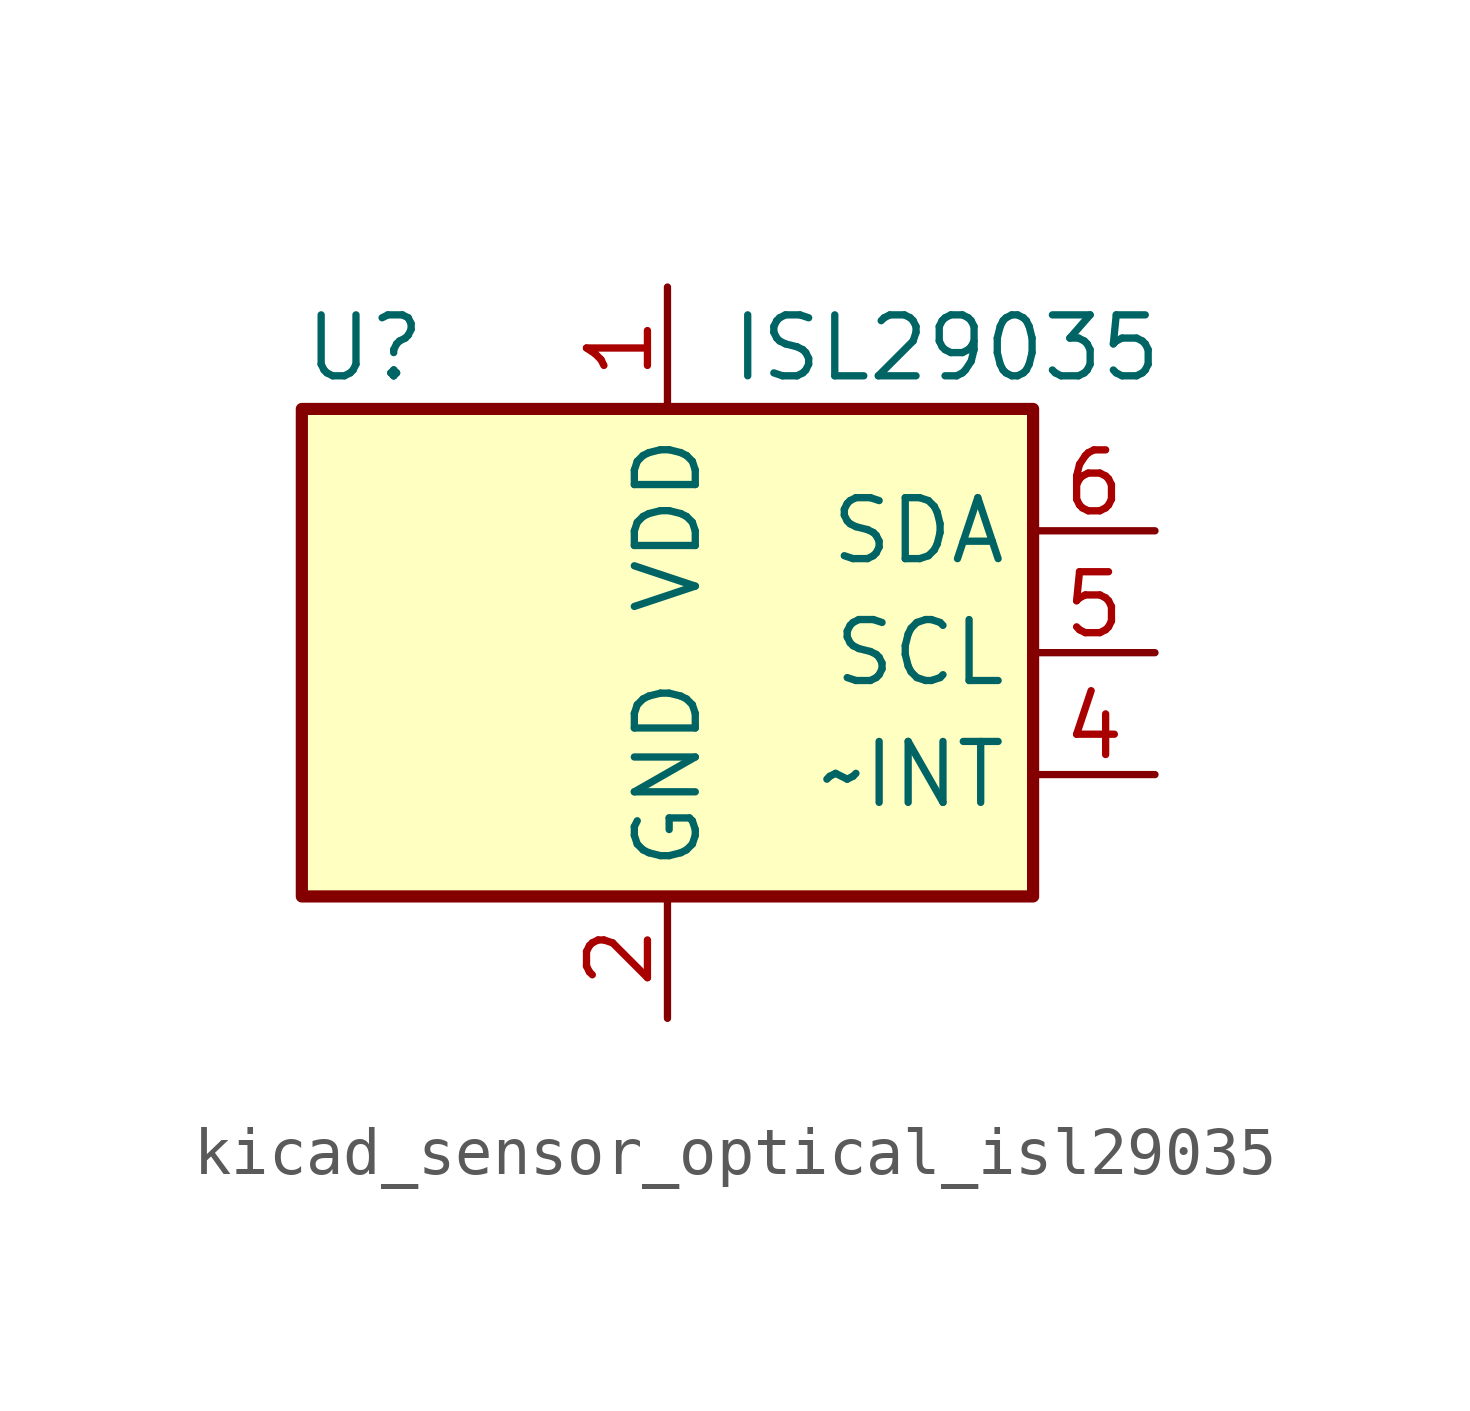
<source format=kicad_sym>
(kicad_symbol_lib
  (version 20220914)
  (generator kicad_symbol_editor)
  (symbol "kicad_sensor_optical_isl29035"
    (property "Reference" "U"
      (at -7.62 6.35 0)
      (effects (font (size 1.27 1.27)) (justify left)))
    (property "Value" "ISL29035"
      (at 1.27 6.35 0)
      (effects (font (size 1.27 1.27)) (justify left)))
    (symbol "kicad_sensor_optical_isl29035_0_1"
      (rectangle (start -7.62 5.08) (end 7.62 -5.08) (stroke (width 0.254) (type default)) (fill (type background))))
    (symbol "kicad_sensor_optical_isl29035_1_1"
      (pin power_in line (at 0 7.62 270) (length 2.54) (name "VDD" (effects (font (size 1.27 1.27)))) (number "1" (effects (font (size 1.27 1.27)))))
      (pin power_in line (at 0 -7.62 90) (length 2.54) (name "GND" (effects (font (size 1.27 1.27)))) (number "2" (effects (font (size 1.27 1.27)))))
      (pin no_connect line (at -7.62 0 0) (length 2.54) hide (name "NC" (effects (font (size 1.27 1.27)))) (number "3" (effects (font (size 1.27 1.27)))))
      (pin open_collector line (at 10.16 -2.54 180) (length 2.54) (name "~INT" (effects (font (size 1.27 1.27)))) (number "4" (effects (font (size 1.27 1.27)))))
      (pin input line (at 10.16 0 180) (length 2.54) (name "SCL" (effects (font (size 1.27 1.27)))) (number "5" (effects (font (size 1.27 1.27)))))
      (pin bidirectional line (at 10.16 2.54 180) (length 2.54) (name "SDA" (effects (font (size 1.27 1.27)))) (number "6" (effects (font (size 1.27 1.27))))))))
</source>
